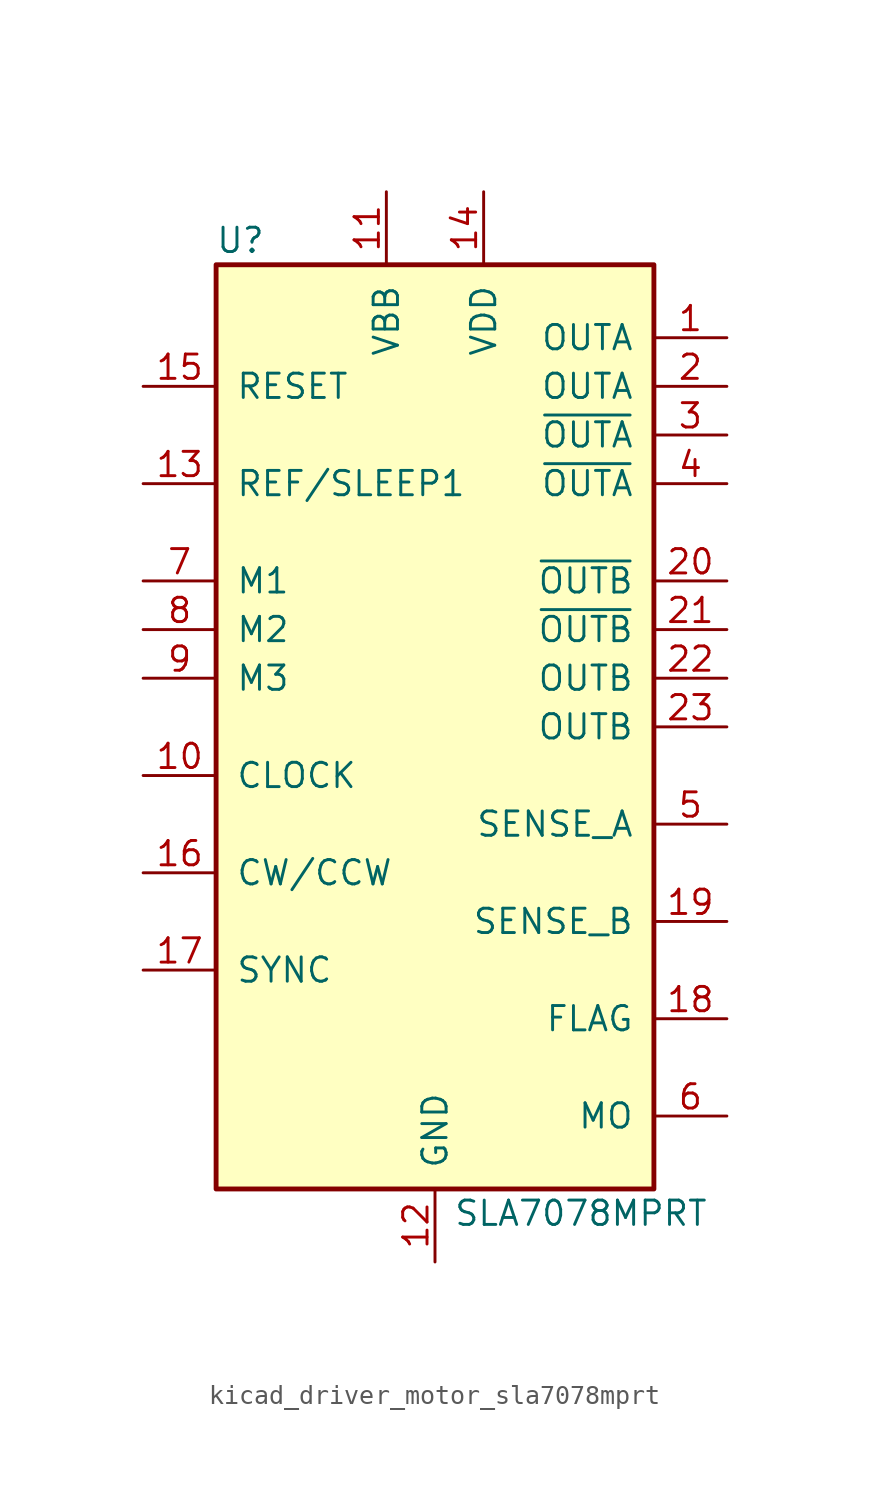
<source format=kicad_sym>
(kicad_symbol_lib
  (version 20220914)
  (generator kicad_symbol_editor)
  (symbol "kicad_driver_motor_sla7078mprt"
    (pin_names
      (offset 1.016))
    (property "Reference" "U"
      (at -10.16 25.4 0)
      (effects (font (size 1.27 1.27))))
    (property "Value" "SLA7078MPRT"
      (at 7.62 -25.4 0)
      (effects (font (size 1.27 1.27))))
    (symbol "kicad_driver_motor_sla7078mprt_0_1"
      (rectangle (start -11.43 24.13) (end 11.43 -24.13) (stroke (width 0.254) (type default)) (fill (type background))))
    (symbol "kicad_driver_motor_sla7078mprt_1_1"
      (pin output line (at 15.24 20.32 180) (length 3.81) (name "OUTA" (effects (font (size 1.27 1.27)))) (number "1" (effects (font (size 1.27 1.27)))))
      (pin input line (at -15.24 -2.54 0) (length 3.81) (name "CLOCK" (effects (font (size 1.27 1.27)))) (number "10" (effects (font (size 1.27 1.27)))))
      (pin power_in line (at -2.54 27.94 270) (length 3.81) (name "VBB" (effects (font (size 1.27 1.27)))) (number "11" (effects (font (size 1.27 1.27)))))
      (pin power_in line (at 0 -27.94 90) (length 3.81) (name "GND" (effects (font (size 1.27 1.27)))) (number "12" (effects (font (size 1.27 1.27)))))
      (pin input line (at -15.24 12.7 0) (length 3.81) (name "REF/SLEEP1" (effects (font (size 1.27 1.27)))) (number "13" (effects (font (size 1.27 1.27)))))
      (pin power_in line (at 2.54 27.94 270) (length 3.81) (name "VDD" (effects (font (size 1.27 1.27)))) (number "14" (effects (font (size 1.27 1.27)))))
      (pin input line (at -15.24 17.78 0) (length 3.81) (name "RESET" (effects (font (size 1.27 1.27)))) (number "15" (effects (font (size 1.27 1.27)))))
      (pin input line (at -15.24 -7.62 0) (length 3.81) (name "CW/CCW" (effects (font (size 1.27 1.27)))) (number "16" (effects (font (size 1.27 1.27)))))
      (pin input line (at -15.24 -12.7 0) (length 3.81) (name "SYNC" (effects (font (size 1.27 1.27)))) (number "17" (effects (font (size 1.27 1.27)))))
      (pin output line (at 15.24 -15.24 180) (length 3.81) (name "FLAG" (effects (font (size 1.27 1.27)))) (number "18" (effects (font (size 1.27 1.27)))))
      (pin output line (at 15.24 -10.16 180) (length 3.81) (name "SENSE_B" (effects (font (size 1.27 1.27)))) (number "19" (effects (font (size 1.27 1.27)))))
      (pin output line (at 15.24 17.78 180) (length 3.81) (name "OUTA" (effects (font (size 1.27 1.27)))) (number "2" (effects (font (size 1.27 1.27)))))
      (pin output line (at 15.24 7.62 180) (length 3.81) (name "~{OUTB}" (effects (font (size 1.27 1.27)))) (number "20" (effects (font (size 1.27 1.27)))))
      (pin output line (at 15.24 5.08 180) (length 3.81) (name "~{OUTB}" (effects (font (size 1.27 1.27)))) (number "21" (effects (font (size 1.27 1.27)))))
      (pin output line (at 15.24 2.54 180) (length 3.81) (name "OUTB" (effects (font (size 1.27 1.27)))) (number "22" (effects (font (size 1.27 1.27)))))
      (pin output line (at 15.24 0 180) (length 3.81) (name "OUTB" (effects (font (size 1.27 1.27)))) (number "23" (effects (font (size 1.27 1.27)))))
      (pin output line (at 15.24 15.24 180) (length 3.81) (name "~{OUTA}" (effects (font (size 1.27 1.27)))) (number "3" (effects (font (size 1.27 1.27)))))
      (pin output line (at 15.24 12.7 180) (length 3.81) (name "~{OUTA}" (effects (font (size 1.27 1.27)))) (number "4" (effects (font (size 1.27 1.27)))))
      (pin output line (at 15.24 -5.08 180) (length 3.81) (name "SENSE_A" (effects (font (size 1.27 1.27)))) (number "5" (effects (font (size 1.27 1.27)))))
      (pin output line (at 15.24 -20.32 180) (length 3.81) (name "MO" (effects (font (size 1.27 1.27)))) (number "6" (effects (font (size 1.27 1.27)))))
      (pin input line (at -15.24 7.62 0) (length 3.81) (name "M1" (effects (font (size 1.27 1.27)))) (number "7" (effects (font (size 1.27 1.27)))))
      (pin input line (at -15.24 5.08 0) (length 3.81) (name "M2" (effects (font (size 1.27 1.27)))) (number "8" (effects (font (size 1.27 1.27)))))
      (pin input line (at -15.24 2.54 0) (length 3.81) (name "M3" (effects (font (size 1.27 1.27)))) (number "9" (effects (font (size 1.27 1.27))))))))
</source>
